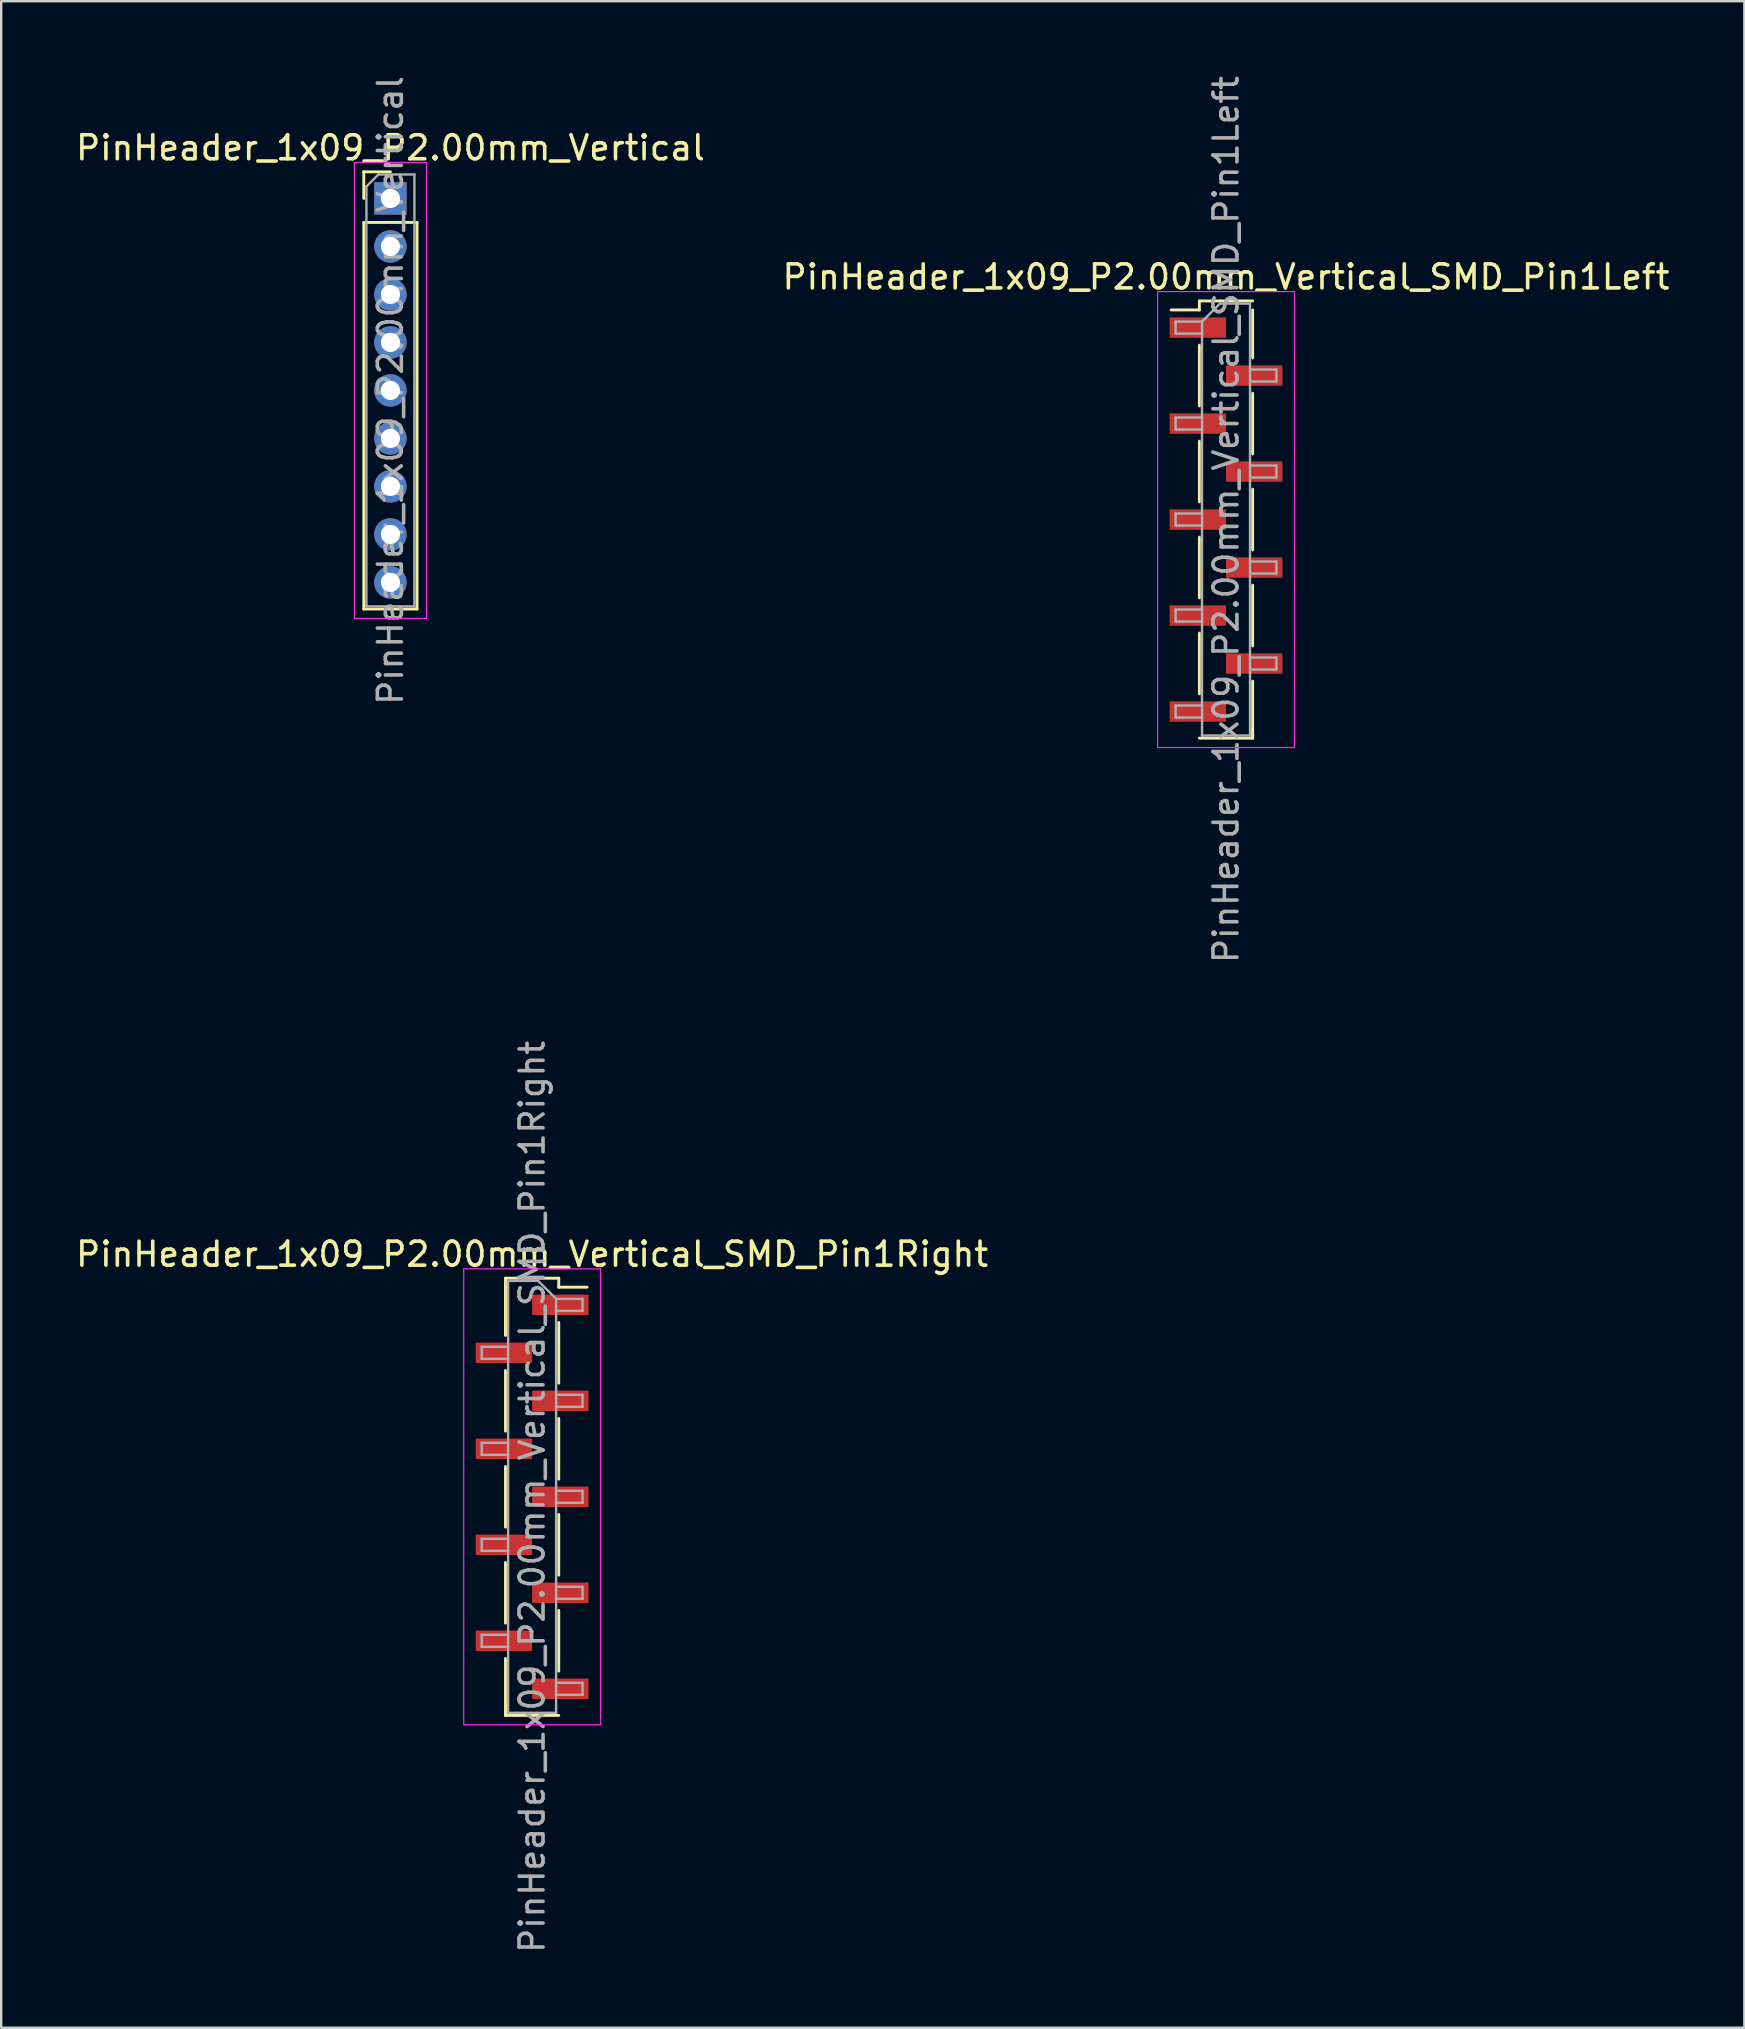
<source format=kicad_pcb>
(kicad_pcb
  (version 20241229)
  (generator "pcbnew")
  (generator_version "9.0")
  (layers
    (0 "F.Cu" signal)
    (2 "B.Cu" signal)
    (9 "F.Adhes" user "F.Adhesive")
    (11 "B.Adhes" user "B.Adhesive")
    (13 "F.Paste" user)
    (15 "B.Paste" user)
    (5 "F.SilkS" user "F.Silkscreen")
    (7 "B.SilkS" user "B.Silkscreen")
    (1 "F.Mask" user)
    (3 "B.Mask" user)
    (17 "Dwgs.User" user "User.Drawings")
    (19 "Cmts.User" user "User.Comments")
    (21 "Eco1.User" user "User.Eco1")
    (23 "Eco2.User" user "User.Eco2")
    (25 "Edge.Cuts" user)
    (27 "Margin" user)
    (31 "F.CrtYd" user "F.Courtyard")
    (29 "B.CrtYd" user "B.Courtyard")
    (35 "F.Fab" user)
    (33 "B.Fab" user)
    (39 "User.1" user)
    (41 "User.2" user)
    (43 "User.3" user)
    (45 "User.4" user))
  (footprint "PinHeader_1x09_P2.00mm_Vertical_SMD_Pin1Right"
    (layer "F.Cu")
    (at 19.125 59.327)
    (property "Reference" "PinHeader_1x09_P2.00mm_Vertical_SMD_Pin1Right" (at 0 -10.11 0) (layer "F.SilkS") (effects (font (size 1 1) (thickness 0.15))))
    (attr smd)
    (fp_line (start -1.11 -9.11) (end -1.11 -6.735) (stroke (width 0.12) (type solid)) (layer "F.SilkS"))
    (fp_line (start -1.11 -9.11) (end 1.11 -9.11) (stroke (width 0.12) (type solid)) (layer "F.SilkS"))
    (fp_line (start -1.11 -8.735) (end -1.11 -6.735) (stroke (width 0.12) (type solid)) (layer "F.SilkS"))
    (fp_line (start -1.11 -5.265) (end -1.11 -2.735) (stroke (width 0.12) (type solid)) (layer "F.SilkS"))
    (fp_line (start -1.11 -1.265) (end -1.11 1.265) (stroke (width 0.12) (type solid)) (layer "F.SilkS"))
    (fp_line (start -1.11 2.735) (end -1.11 5.265) (stroke (width 0.12) (type solid)) (layer "F.SilkS"))
    (fp_line (start -1.11 6.735) (end -1.11 9.11) (stroke (width 0.12) (type solid)) (layer "F.SilkS"))
    (fp_line (start -1.11 8.735) (end -1.11 9.11) (stroke (width 0.12) (type solid)) (layer "F.SilkS"))
    (fp_line (start -1.11 9.11) (end 1.11 9.11) (stroke (width 0.12) (type solid)) (layer "F.SilkS"))
    (fp_line (start 1.11 -9.11) (end 1.11 -8.735) (stroke (width 0.12) (type solid)) (layer "F.SilkS"))
    (fp_line (start 1.11 -8.735) (end 2.29 -8.735) (stroke (width 0.12) (type solid)) (layer "F.SilkS"))
    (fp_line (start 1.11 -7.265) (end 1.11 -4.735) (stroke (width 0.12) (type solid)) (layer "F.SilkS"))
    (fp_line (start 1.11 -3.265) (end 1.11 -0.735) (stroke (width 0.12) (type solid)) (layer "F.SilkS"))
    (fp_line (start 1.11 0.735) (end 1.11 3.265) (stroke (width 0.12) (type solid)) (layer "F.SilkS"))
    (fp_line (start 1.11 4.735) (end 1.11 7.265) (stroke (width 0.12) (type solid)) (layer "F.SilkS"))
    (fp_line (start -2.85 -9.5) (end -2.85 9.5) (stroke (width 0.05) (type solid)) (layer "F.CrtYd"))
    (fp_line (start -2.85 9.5) (end 2.85 9.5) (stroke (width 0.05) (type solid)) (layer "F.CrtYd"))
    (fp_line (start 2.85 -9.5) (end -2.85 -9.5) (stroke (width 0.05) (type solid)) (layer "F.CrtYd"))
    (fp_line (start 2.85 9.5) (end 2.85 -9.5) (stroke (width 0.05) (type solid)) (layer "F.CrtYd"))
    (fp_line (start -2.1 -6.25) (end -2.1 -5.75) (stroke (width 0.1) (type solid)) (layer "F.Fab"))
    (fp_line (start -2.1 -5.75) (end -1 -5.75) (stroke (width 0.1) (type solid)) (layer "F.Fab"))
    (fp_line (start -2.1 -2.25) (end -2.1 -1.75) (stroke (width 0.1) (type solid)) (layer "F.Fab"))
    (fp_line (start -2.1 -1.75) (end -1 -1.75) (stroke (width 0.1) (type solid)) (layer "F.Fab"))
    (fp_line (start -2.1 1.75) (end -2.1 2.25) (stroke (width 0.1) (type solid)) (layer "F.Fab"))
    (fp_line (start -2.1 2.25) (end -1 2.25) (stroke (width 0.1) (type solid)) (layer "F.Fab"))
    (fp_line (start -2.1 5.75) (end -2.1 6.25) (stroke (width 0.1) (type solid)) (layer "F.Fab"))
    (fp_line (start -2.1 6.25) (end -1 6.25) (stroke (width 0.1) (type solid)) (layer "F.Fab"))
    (fp_line (start -1 -9) (end -1 9) (stroke (width 0.1) (type solid)) (layer "F.Fab"))
    (fp_line (start -1 -9) (end 0.25 -9) (stroke (width 0.1) (type solid)) (layer "F.Fab"))
    (fp_line (start -1 -6.25) (end -2.1 -6.25) (stroke (width 0.1) (type solid)) (layer "F.Fab"))
    (fp_line (start -1 -2.25) (end -2.1 -2.25) (stroke (width 0.1) (type solid)) (layer "F.Fab"))
    (fp_line (start -1 1.75) (end -2.1 1.75) (stroke (width 0.1) (type solid)) (layer "F.Fab"))
    (fp_line (start -1 5.75) (end -2.1 5.75) (stroke (width 0.1) (type solid)) (layer "F.Fab"))
    (fp_line (start 1 -8.25) (end 0.25 -9) (stroke (width 0.1) (type solid)) (layer "F.Fab"))
    (fp_line (start 1 -8.25) (end 2.1 -8.25) (stroke (width 0.1) (type solid)) (layer "F.Fab"))
    (fp_line (start 1 -4.25) (end 2.1 -4.25) (stroke (width 0.1) (type solid)) (layer "F.Fab"))
    (fp_line (start 1 -0.25) (end 2.1 -0.25) (stroke (width 0.1) (type solid)) (layer "F.Fab"))
    (fp_line (start 1 3.75) (end 2.1 3.75) (stroke (width 0.1) (type solid)) (layer "F.Fab"))
    (fp_line (start 1 7.75) (end 2.1 7.75) (stroke (width 0.1) (type solid)) (layer "F.Fab"))
    (fp_line (start 1 9) (end -1 9) (stroke (width 0.1) (type solid)) (layer "F.Fab"))
    (fp_line (start 1 9) (end 1 -8.25) (stroke (width 0.1) (type solid)) (layer "F.Fab"))
    (fp_line (start 2.1 -8.25) (end 2.1 -7.75) (stroke (width 0.1) (type solid)) (layer "F.Fab"))
    (fp_line (start 2.1 -7.75) (end 1 -7.75) (stroke (width 0.1) (type solid)) (layer "F.Fab"))
    (fp_line (start 2.1 -4.25) (end 2.1 -3.75) (stroke (width 0.1) (type solid)) (layer "F.Fab"))
    (fp_line (start 2.1 -3.75) (end 1 -3.75) (stroke (width 0.1) (type solid)) (layer "F.Fab"))
    (fp_line (start 2.1 -0.25) (end 2.1 0.25) (stroke (width 0.1) (type solid)) (layer "F.Fab"))
    (fp_line (start 2.1 0.25) (end 1 0.25) (stroke (width 0.1) (type solid)) (layer "F.Fab"))
    (fp_line (start 2.1 3.75) (end 2.1 4.25) (stroke (width 0.1) (type solid)) (layer "F.Fab"))
    (fp_line (start 2.1 4.25) (end 1 4.25) (stroke (width 0.1) (type solid)) (layer "F.Fab"))
    (fp_line (start 2.1 7.75) (end 2.1 8.25) (stroke (width 0.1) (type solid)) (layer "F.Fab"))
    (fp_line (start 2.1 8.25) (end 1 8.25) (stroke (width 0.1) (type solid)) (layer "F.Fab"))
    (fp_text user "${REFERENCE}" (at 0 0 90) (layer "F.Fab") (effects (font (size 1 1) (thickness 0.15))))
    (pad "1" smd rect (at 1.175 -8) (size 2.35 0.85) (layers "F.Cu" "F.Mask" "F.Paste"))
    (pad "2" smd rect (at -1.175 -6) (size 2.35 0.85) (layers "F.Cu" "F.Mask" "F.Paste"))
    (pad "3" smd rect (at 1.175 -4) (size 2.35 0.85) (layers "F.Cu" "F.Mask" "F.Paste"))
    (pad "4" smd rect (at -1.175 -2) (size 2.35 0.85) (layers "F.Cu" "F.Mask" "F.Paste"))
    (pad "5" smd rect (at 1.175 0) (size 2.35 0.85) (layers "F.Cu" "F.Mask" "F.Paste"))
    (pad "6" smd rect (at -1.175 2) (size 2.35 0.85) (layers "F.Cu" "F.Mask" "F.Paste"))
    (pad "7" smd rect (at 1.175 4) (size 2.35 0.85) (layers "F.Cu" "F.Mask" "F.Paste"))
    (pad "8" smd rect (at -1.175 6) (size 2.35 0.85) (layers "F.Cu" "F.Mask" "F.Paste"))
    (pad "9" smd rect (at 1.175 8) (size 2.35 0.85) (layers "F.Cu" "F.Mask" "F.Paste")))
  (footprint "PinHeader_1x09_P2.00mm_Vertical"
    (layer "F.Cu")
    (at 13.22 5.22)
    (property "Reference" "PinHeader_1x09_P2.00mm_Vertical" (at 0 -2.11 0) (layer "F.SilkS") (effects (font (size 1 1) (thickness 0.15))))
    (attr through_hole)
    (fp_line (start -1.11 -1.11) (end 0 -1.11) (stroke (width 0.12) (type solid)) (layer "F.SilkS"))
    (fp_line (start -1.11 0) (end -1.11 -1.11) (stroke (width 0.12) (type solid)) (layer "F.SilkS"))
    (fp_line (start -1.11 1) (end -1.11 17.11) (stroke (width 0.12) (type solid)) (layer "F.SilkS"))
    (fp_line (start -1.11 1) (end 1.11 1) (stroke (width 0.12) (type solid)) (layer "F.SilkS"))
    (fp_line (start -1.11 17.11) (end 1.11 17.11) (stroke (width 0.12) (type solid)) (layer "F.SilkS"))
    (fp_line (start 1.11 1) (end 1.11 17.11) (stroke (width 0.12) (type solid)) (layer "F.SilkS"))
    (fp_line (start -1.5 -1.5) (end -1.5 17.5) (stroke (width 0.05) (type solid)) (layer "F.CrtYd"))
    (fp_line (start -1.5 17.5) (end 1.5 17.5) (stroke (width 0.05) (type solid)) (layer "F.CrtYd"))
    (fp_line (start 1.5 -1.5) (end -1.5 -1.5) (stroke (width 0.05) (type solid)) (layer "F.CrtYd"))
    (fp_line (start 1.5 17.5) (end 1.5 -1.5) (stroke (width 0.05) (type solid)) (layer "F.CrtYd"))
    (fp_line (start -1 -0.5) (end -0.5 -1) (stroke (width 0.1) (type solid)) (layer "F.Fab"))
    (fp_line (start -1 17) (end -1 -0.5) (stroke (width 0.1) (type solid)) (layer "F.Fab"))
    (fp_line (start -0.5 -1) (end 1 -1) (stroke (width 0.1) (type solid)) (layer "F.Fab"))
    (fp_line (start 1 -1) (end 1 17) (stroke (width 0.1) (type solid)) (layer "F.Fab"))
    (fp_line (start 1 17) (end -1 17) (stroke (width 0.1) (type solid)) (layer "F.Fab"))
    (fp_text user "${REFERENCE}" (at 0 8 90) (layer "F.Fab") (effects (font (size 1 1) (thickness 0.15))))
    (pad "1" thru_hole rect (at 0 0) (size 1.35 1.35) (drill 0.8) (layers "*.Cu" "*.Mask"))
    (pad "2" thru_hole circle (at 0 2) (size 1.35 1.35) (drill 0.8) (layers "*.Cu" "*.Mask"))
    (pad "3" thru_hole circle (at 0 4) (size 1.35 1.35) (drill 0.8) (layers "*.Cu" "*.Mask"))
    (pad "4" thru_hole circle (at 0 6) (size 1.35 1.35) (drill 0.8) (layers "*.Cu" "*.Mask"))
    (pad "5" thru_hole circle (at 0 8) (size 1.35 1.35) (drill 0.8) (layers "*.Cu" "*.Mask"))
    (pad "6" thru_hole circle (at 0 10) (size 1.35 1.35) (drill 0.8) (layers "*.Cu" "*.Mask"))
    (pad "7" thru_hole circle (at 0 12) (size 1.35 1.35) (drill 0.8) (layers "*.Cu" "*.Mask"))
    (pad "8" thru_hole circle (at 0 14) (size 1.35 1.35) (drill 0.8) (layers "*.Cu" "*.Mask"))
    (pad "9" thru_hole circle (at 0 16) (size 1.35 1.35) (drill 0.8) (layers "*.Cu" "*.Mask")))
  (footprint "PinHeader_1x09_P2.00mm_Vertical_SMD_Pin1Left"
    (layer "F.Cu")
    (at 48.042 18.601)
    (property "Reference" "PinHeader_1x09_P2.00mm_Vertical_SMD_Pin1Left" (at 0 -10.11 0) (layer "F.SilkS") (effects (font (size 1 1) (thickness 0.15))))
    (attr smd)
    (fp_line (start -1.11 -9.11) (end -1.11 -8.735) (stroke (width 0.12) (type solid)) (layer "F.SilkS"))
    (fp_line (start -1.11 -9.11) (end 1.11 -9.11) (stroke (width 0.12) (type solid)) (layer "F.SilkS"))
    (fp_line (start -1.11 -8.735) (end -2.29 -8.735) (stroke (width 0.12) (type solid)) (layer "F.SilkS"))
    (fp_line (start -1.11 -7.265) (end -1.11 -4.735) (stroke (width 0.12) (type solid)) (layer "F.SilkS"))
    (fp_line (start -1.11 -3.265) (end -1.11 -0.735) (stroke (width 0.12) (type solid)) (layer "F.SilkS"))
    (fp_line (start -1.11 0.735) (end -1.11 3.265) (stroke (width 0.12) (type solid)) (layer "F.SilkS"))
    (fp_line (start -1.11 4.735) (end -1.11 7.265) (stroke (width 0.12) (type solid)) (layer "F.SilkS"))
    (fp_line (start -1.11 9.11) (end 1.11 9.11) (stroke (width 0.12) (type solid)) (layer "F.SilkS"))
    (fp_line (start 1.11 -8.735) (end 1.11 -6.735) (stroke (width 0.12) (type solid)) (layer "F.SilkS"))
    (fp_line (start 1.11 -5.265) (end 1.11 -2.735) (stroke (width 0.12) (type solid)) (layer "F.SilkS"))
    (fp_line (start 1.11 -1.265) (end 1.11 1.265) (stroke (width 0.12) (type solid)) (layer "F.SilkS"))
    (fp_line (start 1.11 2.735) (end 1.11 5.265) (stroke (width 0.12) (type solid)) (layer "F.SilkS"))
    (fp_line (start 1.11 6.735) (end 1.11 9.11) (stroke (width 0.12) (type solid)) (layer "F.SilkS"))
    (fp_line (start 1.11 8.735) (end 1.11 9.11) (stroke (width 0.12) (type solid)) (layer "F.SilkS"))
    (fp_line (start -2.85 -9.5) (end -2.85 9.5) (stroke (width 0.05) (type solid)) (layer "F.CrtYd"))
    (fp_line (start -2.85 9.5) (end 2.85 9.5) (stroke (width 0.05) (type solid)) (layer "F.CrtYd"))
    (fp_line (start 2.85 -9.5) (end -2.85 -9.5) (stroke (width 0.05) (type solid)) (layer "F.CrtYd"))
    (fp_line (start 2.85 9.5) (end 2.85 -9.5) (stroke (width 0.05) (type solid)) (layer "F.CrtYd"))
    (fp_line (start -2.1 -8.25) (end -2.1 -7.75) (stroke (width 0.1) (type solid)) (layer "F.Fab"))
    (fp_line (start -2.1 -7.75) (end -1 -7.75) (stroke (width 0.1) (type solid)) (layer "F.Fab"))
    (fp_line (start -2.1 -4.25) (end -2.1 -3.75) (stroke (width 0.1) (type solid)) (layer "F.Fab"))
    (fp_line (start -2.1 -3.75) (end -1 -3.75) (stroke (width 0.1) (type solid)) (layer "F.Fab"))
    (fp_line (start -2.1 -0.25) (end -2.1 0.25) (stroke (width 0.1) (type solid)) (layer "F.Fab"))
    (fp_line (start -2.1 0.25) (end -1 0.25) (stroke (width 0.1) (type solid)) (layer "F.Fab"))
    (fp_line (start -2.1 3.75) (end -2.1 4.25) (stroke (width 0.1) (type solid)) (layer "F.Fab"))
    (fp_line (start -2.1 4.25) (end -1 4.25) (stroke (width 0.1) (type solid)) (layer "F.Fab"))
    (fp_line (start -2.1 7.75) (end -2.1 8.25) (stroke (width 0.1) (type solid)) (layer "F.Fab"))
    (fp_line (start -2.1 8.25) (end -1 8.25) (stroke (width 0.1) (type solid)) (layer "F.Fab"))
    (fp_line (start -1 -8.25) (end -2.1 -8.25) (stroke (width 0.1) (type solid)) (layer "F.Fab"))
    (fp_line (start -1 -8.25) (end -0.25 -9) (stroke (width 0.1) (type solid)) (layer "F.Fab"))
    (fp_line (start -1 -4.25) (end -2.1 -4.25) (stroke (width 0.1) (type solid)) (layer "F.Fab"))
    (fp_line (start -1 -0.25) (end -2.1 -0.25) (stroke (width 0.1) (type solid)) (layer "F.Fab"))
    (fp_line (start -1 3.75) (end -2.1 3.75) (stroke (width 0.1) (type solid)) (layer "F.Fab"))
    (fp_line (start -1 7.75) (end -2.1 7.75) (stroke (width 0.1) (type solid)) (layer "F.Fab"))
    (fp_line (start -1 9) (end -1 -8.25) (stroke (width 0.1) (type solid)) (layer "F.Fab"))
    (fp_line (start -0.25 -9) (end 1 -9) (stroke (width 0.1) (type solid)) (layer "F.Fab"))
    (fp_line (start 1 -9) (end 1 9) (stroke (width 0.1) (type solid)) (layer "F.Fab"))
    (fp_line (start 1 -6.25) (end 2.1 -6.25) (stroke (width 0.1) (type solid)) (layer "F.Fab"))
    (fp_line (start 1 -2.25) (end 2.1 -2.25) (stroke (width 0.1) (type solid)) (layer "F.Fab"))
    (fp_line (start 1 1.75) (end 2.1 1.75) (stroke (width 0.1) (type solid)) (layer "F.Fab"))
    (fp_line (start 1 5.75) (end 2.1 5.75) (stroke (width 0.1) (type solid)) (layer "F.Fab"))
    (fp_line (start 1 9) (end -1 9) (stroke (width 0.1) (type solid)) (layer "F.Fab"))
    (fp_line (start 2.1 -6.25) (end 2.1 -5.75) (stroke (width 0.1) (type solid)) (layer "F.Fab"))
    (fp_line (start 2.1 -5.75) (end 1 -5.75) (stroke (width 0.1) (type solid)) (layer "F.Fab"))
    (fp_line (start 2.1 -2.25) (end 2.1 -1.75) (stroke (width 0.1) (type solid)) (layer "F.Fab"))
    (fp_line (start 2.1 -1.75) (end 1 -1.75) (stroke (width 0.1) (type solid)) (layer "F.Fab"))
    (fp_line (start 2.1 1.75) (end 2.1 2.25) (stroke (width 0.1) (type solid)) (layer "F.Fab"))
    (fp_line (start 2.1 2.25) (end 1 2.25) (stroke (width 0.1) (type solid)) (layer "F.Fab"))
    (fp_line (start 2.1 5.75) (end 2.1 6.25) (stroke (width 0.1) (type solid)) (layer "F.Fab"))
    (fp_line (start 2.1 6.25) (end 1 6.25) (stroke (width 0.1) (type solid)) (layer "F.Fab"))
    (fp_text user "${REFERENCE}" (at 0 0 90) (layer "F.Fab") (effects (font (size 1 1) (thickness 0.15))))
    (pad "1" smd rect (at -1.175 -8) (size 2.35 0.85) (layers "F.Cu" "F.Mask" "F.Paste"))
    (pad "2" smd rect (at 1.175 -6) (size 2.35 0.85) (layers "F.Cu" "F.Mask" "F.Paste"))
    (pad "3" smd rect (at -1.175 -4) (size 2.35 0.85) (layers "F.Cu" "F.Mask" "F.Paste"))
    (pad "4" smd rect (at 1.175 -2) (size 2.35 0.85) (layers "F.Cu" "F.Mask" "F.Paste"))
    (pad "5" smd rect (at -1.175 0) (size 2.35 0.85) (layers "F.Cu" "F.Mask" "F.Paste"))
    (pad "6" smd rect (at 1.175 2) (size 2.35 0.85) (layers "F.Cu" "F.Mask" "F.Paste"))
    (pad "7" smd rect (at -1.175 4) (size 2.35 0.85) (layers "F.Cu" "F.Mask" "F.Paste"))
    (pad "8" smd rect (at 1.175 6) (size 2.35 0.85) (layers "F.Cu" "F.Mask" "F.Paste"))
    (pad "9" smd rect (at -1.175 8) (size 2.35 0.85) (layers "F.Cu" "F.Mask" "F.Paste")))
  (gr_rect
    (start -3 -3)
    (end 69.643 81.452)
    (stroke (width 0.1) (type default))
    (fill no)
    (layer "Edge.Cuts")))
</source>
